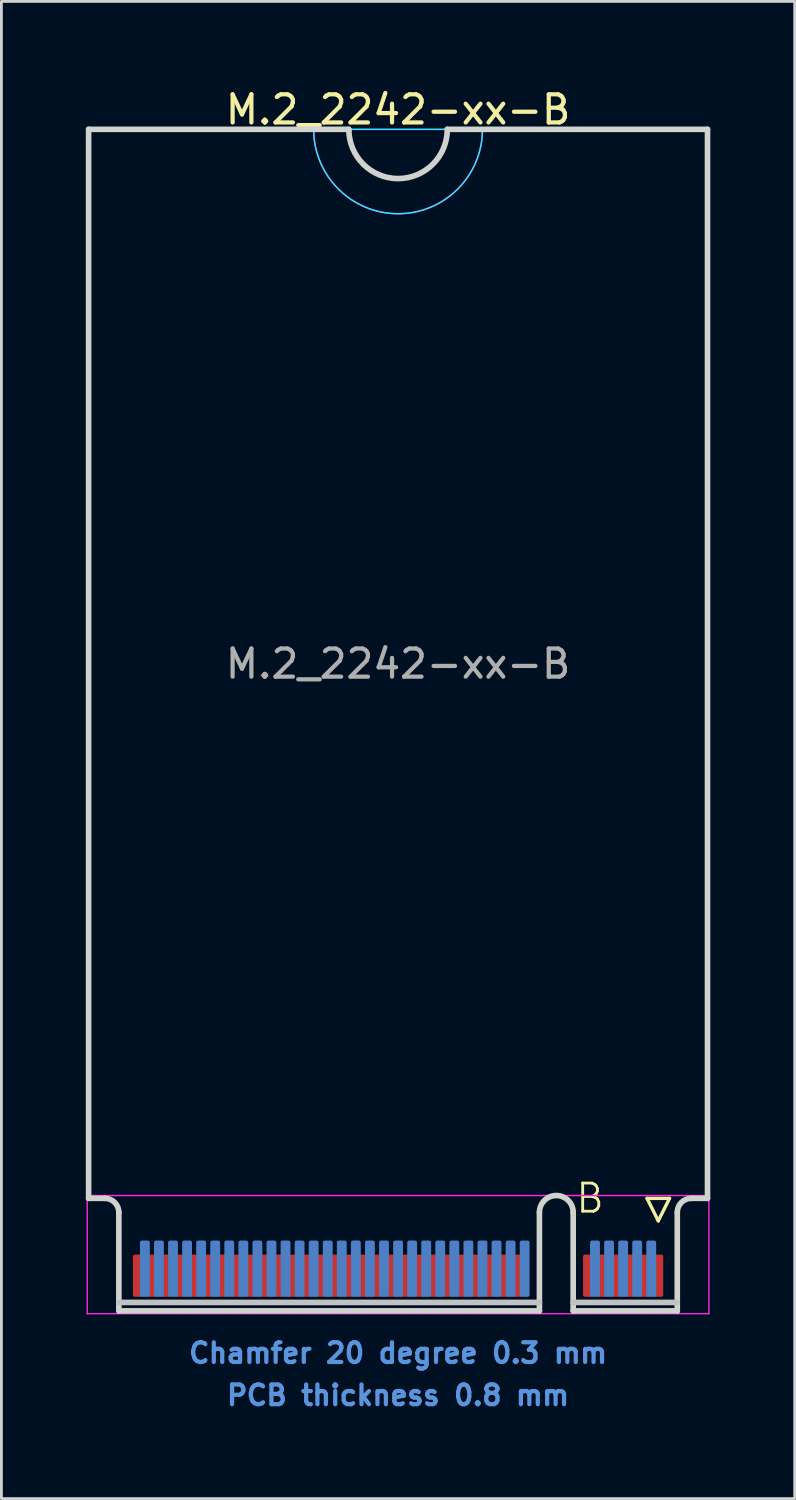
<source format=kicad_pcb>
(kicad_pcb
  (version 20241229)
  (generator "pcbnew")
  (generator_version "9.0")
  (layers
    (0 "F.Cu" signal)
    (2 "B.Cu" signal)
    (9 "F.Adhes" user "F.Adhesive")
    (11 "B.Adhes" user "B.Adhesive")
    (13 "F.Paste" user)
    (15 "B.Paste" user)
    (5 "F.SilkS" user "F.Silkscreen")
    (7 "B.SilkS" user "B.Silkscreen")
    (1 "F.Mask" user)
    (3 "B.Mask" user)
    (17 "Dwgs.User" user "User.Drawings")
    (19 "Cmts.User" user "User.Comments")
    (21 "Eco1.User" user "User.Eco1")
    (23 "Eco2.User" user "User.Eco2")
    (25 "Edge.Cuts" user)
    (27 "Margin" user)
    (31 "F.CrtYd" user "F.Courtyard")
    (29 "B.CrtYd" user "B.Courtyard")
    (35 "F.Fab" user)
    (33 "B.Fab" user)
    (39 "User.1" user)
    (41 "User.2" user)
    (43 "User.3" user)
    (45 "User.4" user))
  (footprint "M.2_2242-xx-B"
    (layer "F.Cu")
    (at 11.1 39.548)
    (property "Reference" "M.2_2242-xx-B" (at 0 -38.7 0) (layer "F.SilkS") (effects (font (size 1 1) (thickness 0.15))))
    (attr exclude_from_pos_files exclude_from_bom)
    (fp_line (start 8.85 0) (end 9.65 0) (stroke (width 0.12) (type solid)) (layer "F.SilkS"))
    (fp_line (start 9.25 0.8) (end 8.85 0) (stroke (width 0.12) (type solid)) (layer "F.SilkS"))
    (fp_line (start 9.65 0) (end 9.25 0.8) (stroke (width 0.12) (type solid)) (layer "F.SilkS"))
    (fp_line (start -9.925 3.7) (end 5.025 3.7) (stroke (width 0.2) (type solid)) (layer "Dwgs.User"))
    (fp_line (start 9.925 3.7) (end 6.225 3.7) (stroke (width 0.2) (type solid)) (layer "Dwgs.User"))
    (fp_line (start -11 -38) (end -11 0) (stroke (width 0.2) (type solid)) (layer "Edge.Cuts"))
    (fp_line (start -11 0) (end -10.425 0) (stroke (width 0.2) (type solid)) (layer "Edge.Cuts"))
    (fp_line (start -9.925 0.5) (end -9.925 4) (stroke (width 0.2) (type solid)) (layer "Edge.Cuts"))
    (fp_line (start -9.925 4) (end 5.025 4) (stroke (width 0.2) (type solid)) (layer "Edge.Cuts"))
    (fp_line (start -1.75 -38) (end -11 -38) (stroke (width 0.2) (type solid)) (layer "Edge.Cuts"))
    (fp_line (start 5.025 4) (end 5.025 0.5) (stroke (width 0.2) (type solid)) (layer "Edge.Cuts"))
    (fp_line (start 6.225 0.5) (end 6.225 4) (stroke (width 0.2) (type solid)) (layer "Edge.Cuts"))
    (fp_line (start 6.225 4) (end 9.925 4) (stroke (width 0.2) (type solid)) (layer "Edge.Cuts"))
    (fp_line (start 9.925 4) (end 9.925 0.5) (stroke (width 0.2) (type solid)) (layer "Edge.Cuts"))
    (fp_line (start 10.425 0) (end 11 0) (stroke (width 0.2) (type solid)) (layer "Edge.Cuts"))
    (fp_line (start 11 -38) (end 1.75 -38) (stroke (width 0.2) (type solid)) (layer "Edge.Cuts"))
    (fp_line (start 11 0) (end 11 -38) (stroke (width 0.2) (type solid)) (layer "Edge.Cuts"))
    (fp_arc (start -10.425 0) (mid -10.071447 0.146447) (end -9.925 0.5) (stroke (width 0.2) (type solid)) (layer "Edge.Cuts"))
    (fp_arc (start 1.75 -38) (mid 0 -36.25) (end -1.75 -38) (stroke (width 0.2) (type solid)) (layer "Edge.Cuts"))
    (fp_arc (start 5.025 0.5) (mid 5.625 -0.1) (end 6.225 0.5) (stroke (width 0.2) (type solid)) (layer "Edge.Cuts"))
    (fp_arc (start 9.925 0.5) (mid 10.071447 0.146447) (end 10.425 0) (stroke (width 0.2) (type solid)) (layer "Edge.Cuts"))
    (fp_line (start -3 -38) (end 3 -38) (stroke (width 0.05) (type solid)) (layer "B.CrtYd"))
    (fp_arc (start 3 -38) (mid 0 -35) (end -3 -38) (stroke (width 0.05) (type solid)) (layer "B.CrtYd"))
    (fp_line (start -11.05 -0.1) (end -11.05 4.1) (stroke (width 0.05) (type solid)) (layer "F.CrtYd"))
    (fp_line (start -11.05 4.1) (end 11.05 4.1) (stroke (width 0.05) (type solid)) (layer "F.CrtYd"))
    (fp_line (start -3 -38) (end 3 -38) (stroke (width 0.05) (type solid)) (layer "F.CrtYd"))
    (fp_line (start 11.05 -0.1) (end -11.05 -0.1) (stroke (width 0.05) (type solid)) (layer "F.CrtYd"))
    (fp_line (start 11.05 4.1) (end 11.05 -0.1) (stroke (width 0.05) (type solid)) (layer "F.CrtYd"))
    (fp_arc (start 3 -38) (mid 0 -35) (end -3 -38) (stroke (width 0.05) (type solid)) (layer "F.CrtYd"))
    (fp_text user "B" (at 6.825 0 0) (layer "F.SilkS") (effects (font (size 1 1) (thickness 0.1))))
    (fp_text user "Chamfer 20 degree 0.3 mm" (at 0 5.5 0) (layer "Cmts.User") (effects (font (size 0.7 0.7) (thickness 0.15))))
    (fp_text user "PCB thickness 0.8 mm" (at 0 7 0) (layer "Cmts.User") (effects (font (size 0.7 0.7) (thickness 0.15))))
    (fp_text user "${REFERENCE}" (at 0 -19 0) (layer "F.Fab") (effects (font (size 1 1) (thickness 0.15))))
    (pad "1" connect roundrect (at 9.25 2.75) (size 0.35 1.5) (layers "F.Cu" "F.Mask") (roundrect_rratio 0.2))
    (pad "2" connect roundrect (at 9 2.5) (size 0.35 2) (layers "B.Cu" "B.Mask") (roundrect_rratio 0.2))
    (pad "3" connect roundrect (at 8.75 2.75) (size 0.35 1.5) (layers "F.Cu" "F.Mask") (roundrect_rratio 0.2))
    (pad "4" connect roundrect (at 8.5 2.5) (size 0.35 2) (layers "B.Cu" "B.Mask") (roundrect_rratio 0.2))
    (pad "5" connect roundrect (at 8.25 2.75) (size 0.35 1.5) (layers "F.Cu" "F.Mask") (roundrect_rratio 0.2))
    (pad "6" connect roundrect (at 8 2.5) (size 0.35 2) (layers "B.Cu" "B.Mask") (roundrect_rratio 0.2))
    (pad "7" connect roundrect (at 7.75 2.75) (size 0.35 1.5) (layers "F.Cu" "F.Mask") (roundrect_rratio 0.2))
    (pad "8" connect roundrect (at 7.5 2.5) (size 0.35 2) (layers "B.Cu" "B.Mask") (roundrect_rratio 0.2))
    (pad "9" connect roundrect (at 7.25 2.75) (size 0.35 1.5) (layers "F.Cu" "F.Mask") (roundrect_rratio 0.2))
    (pad "10" connect roundrect (at 7 2.5) (size 0.35 2) (layers "B.Cu" "B.Mask") (roundrect_rratio 0.2))
    (pad "11" connect roundrect (at 6.75 2.75) (size 0.35 1.5) (layers "F.Cu" "F.Mask") (roundrect_rratio 0.2))
    (pad "20" connect roundrect (at 4.5 2.5) (size 0.35 2) (layers "B.Cu" "B.Mask") (roundrect_rratio 0.2))
    (pad "21" connect roundrect (at 4.25 2.75) (size 0.35 1.5) (layers "F.Cu" "F.Mask") (roundrect_rratio 0.2))
    (pad "22" connect roundrect (at 4 2.5) (size 0.35 2) (layers "B.Cu" "B.Mask") (roundrect_rratio 0.2))
    (pad "23" connect roundrect (at 3.75 2.75) (size 0.35 1.5) (layers "F.Cu" "F.Mask") (roundrect_rratio 0.2))
    (pad "24" connect roundrect (at 3.5 2.5) (size 0.35 2) (layers "B.Cu" "B.Mask") (roundrect_rratio 0.2))
    (pad "25" connect roundrect (at 3.25 2.75) (size 0.35 1.5) (layers "F.Cu" "F.Mask") (roundrect_rratio 0.2))
    (pad "26" connect roundrect (at 3 2.5) (size 0.35 2) (layers "B.Cu" "B.Mask") (roundrect_rratio 0.2))
    (pad "27" connect roundrect (at 2.75 2.75) (size 0.35 1.5) (layers "F.Cu" "F.Mask") (roundrect_rratio 0.2))
    (pad "28" connect roundrect (at 2.5 2.5) (size 0.35 2) (layers "B.Cu" "B.Mask") (roundrect_rratio 0.2))
    (pad "29" connect roundrect (at 2.25 2.75) (size 0.35 1.5) (layers "F.Cu" "F.Mask") (roundrect_rratio 0.2))
    (pad "30" connect roundrect (at 2 2.5) (size 0.35 2) (layers "B.Cu" "B.Mask") (roundrect_rratio 0.2))
    (pad "31" connect roundrect (at 1.75 2.75) (size 0.35 1.5) (layers "F.Cu" "F.Mask") (roundrect_rratio 0.2))
    (pad "32" connect roundrect (at 1.5 2.5) (size 0.35 2) (layers "B.Cu" "B.Mask") (roundrect_rratio 0.2))
    (pad "33" connect roundrect (at 1.25 2.75) (size 0.35 1.5) (layers "F.Cu" "F.Mask") (roundrect_rratio 0.2))
    (pad "34" connect roundrect (at 1 2.5) (size 0.35 2) (layers "B.Cu" "B.Mask") (roundrect_rratio 0.2))
    (pad "35" connect roundrect (at 0.75 2.75) (size 0.35 1.5) (layers "F.Cu" "F.Mask") (roundrect_rratio 0.2))
    (pad "36" connect roundrect (at 0.5 2.5) (size 0.35 2) (layers "B.Cu" "B.Mask") (roundrect_rratio 0.2))
    (pad "37" connect roundrect (at 0.25 2.75) (size 0.35 1.5) (layers "F.Cu" "F.Mask") (roundrect_rratio 0.2))
    (pad "38" connect roundrect (at 0 2.5) (size 0.35 2) (layers "B.Cu" "B.Mask") (roundrect_rratio 0.2))
    (pad "39" connect roundrect (at -0.25 2.75) (size 0.35 1.5) (layers "F.Cu" "F.Mask") (roundrect_rratio 0.2))
    (pad "40" connect roundrect (at -0.5 2.5) (size 0.35 2) (layers "B.Cu" "B.Mask") (roundrect_rratio 0.2))
    (pad "41" connect roundrect (at -0.75 2.75) (size 0.35 1.5) (layers "F.Cu" "F.Mask") (roundrect_rratio 0.2))
    (pad "42" connect roundrect (at -1 2.5) (size 0.35 2) (layers "B.Cu" "B.Mask") (roundrect_rratio 0.2))
    (pad "43" connect roundrect (at -1.25 2.75) (size 0.35 1.5) (layers "F.Cu" "F.Mask") (roundrect_rratio 0.2))
    (pad "44" connect roundrect (at -1.5 2.5) (size 0.35 2) (layers "B.Cu" "B.Mask") (roundrect_rratio 0.2))
    (pad "45" connect roundrect (at -1.75 2.75) (size 0.35 1.5) (layers "F.Cu" "F.Mask") (roundrect_rratio 0.2))
    (pad "46" connect roundrect (at -2 2.5) (size 0.35 2) (layers "B.Cu" "B.Mask") (roundrect_rratio 0.2))
    (pad "47" connect roundrect (at -2.25 2.75) (size 0.35 1.5) (layers "F.Cu" "F.Mask") (roundrect_rratio 0.2))
    (pad "48" connect roundrect (at -2.5 2.5) (size 0.35 2) (layers "B.Cu" "B.Mask") (roundrect_rratio 0.2))
    (pad "49" connect roundrect (at -2.75 2.75) (size 0.35 1.5) (layers "F.Cu" "F.Mask") (roundrect_rratio 0.2))
    (pad "50" connect roundrect (at -3 2.5) (size 0.35 2) (layers "B.Cu" "B.Mask") (roundrect_rratio 0.2))
    (pad "51" connect roundrect (at -3.25 2.75) (size 0.35 1.5) (layers "F.Cu" "F.Mask") (roundrect_rratio 0.2))
    (pad "52" connect roundrect (at -3.5 2.5) (size 0.35 2) (layers "B.Cu" "B.Mask") (roundrect_rratio 0.2))
    (pad "53" connect roundrect (at -3.75 2.75) (size 0.35 1.5) (layers "F.Cu" "F.Mask") (roundrect_rratio 0.2))
    (pad "54" connect roundrect (at -4 2.5) (size 0.35 2) (layers "B.Cu" "B.Mask") (roundrect_rratio 0.2))
    (pad "55" connect roundrect (at -4.25 2.75) (size 0.35 1.5) (layers "F.Cu" "F.Mask") (roundrect_rratio 0.2))
    (pad "56" connect roundrect (at -4.5 2.5) (size 0.35 2) (layers "B.Cu" "B.Mask") (roundrect_rratio 0.2))
    (pad "57" connect roundrect (at -4.75 2.75) (size 0.35 1.5) (layers "F.Cu" "F.Mask") (roundrect_rratio 0.2))
    (pad "58" connect roundrect (at -5 2.5) (size 0.35 2) (layers "B.Cu" "B.Mask") (roundrect_rratio 0.2))
    (pad "59" connect roundrect (at -5.25 2.75) (size 0.35 1.5) (layers "F.Cu" "F.Mask") (roundrect_rratio 0.2))
    (pad "60" connect roundrect (at -5.5 2.5) (size 0.35 2) (layers "B.Cu" "B.Mask") (roundrect_rratio 0.2))
    (pad "61" connect roundrect (at -5.75 2.75) (size 0.35 1.5) (layers "F.Cu" "F.Mask") (roundrect_rratio 0.2))
    (pad "62" connect roundrect (at -6 2.5) (size 0.35 2) (layers "B.Cu" "B.Mask") (roundrect_rratio 0.2))
    (pad "63" connect roundrect (at -6.25 2.75) (size 0.35 1.5) (layers "F.Cu" "F.Mask") (roundrect_rratio 0.2))
    (pad "64" connect roundrect (at -6.5 2.5) (size 0.35 2) (layers "B.Cu" "B.Mask") (roundrect_rratio 0.2))
    (pad "65" connect roundrect (at -6.75 2.75) (size 0.35 1.5) (layers "F.Cu" "F.Mask") (roundrect_rratio 0.2))
    (pad "66" connect roundrect (at -7 2.5) (size 0.35 2) (layers "B.Cu" "B.Mask") (roundrect_rratio 0.2))
    (pad "67" connect roundrect (at -7.25 2.75) (size 0.35 1.5) (layers "F.Cu" "F.Mask") (roundrect_rratio 0.2))
    (pad "68" connect roundrect (at -7.5 2.5) (size 0.35 2) (layers "B.Cu" "B.Mask") (roundrect_rratio 0.2))
    (pad "69" connect roundrect (at -7.75 2.75) (size 0.35 1.5) (layers "F.Cu" "F.Mask") (roundrect_rratio 0.2))
    (pad "70" connect roundrect (at -8 2.5) (size 0.35 2) (layers "B.Cu" "B.Mask") (roundrect_rratio 0.2))
    (pad "71" connect roundrect (at -8.25 2.75) (size 0.35 1.5) (layers "F.Cu" "F.Mask") (roundrect_rratio 0.2))
    (pad "72" connect roundrect (at -8.5 2.5) (size 0.35 2) (layers "B.Cu" "B.Mask") (roundrect_rratio 0.2))
    (pad "73" connect roundrect (at -8.75 2.75) (size 0.35 1.5) (layers "F.Cu" "F.Mask") (roundrect_rratio 0.2))
    (pad "74" connect roundrect (at -9 2.5) (size 0.35 2) (layers "B.Cu" "B.Mask") (roundrect_rratio 0.2))
    (pad "75" connect roundrect (at -9.25 2.75) (size 0.35 1.5) (layers "F.Cu" "F.Mask") (roundrect_rratio 0.2)))
  (gr_rect
    (start -3 -3)
    (end 25.2 50.221)
    (stroke (width 0.1) (type default))
    (fill no)
    (layer "Edge.Cuts")))
</source>
